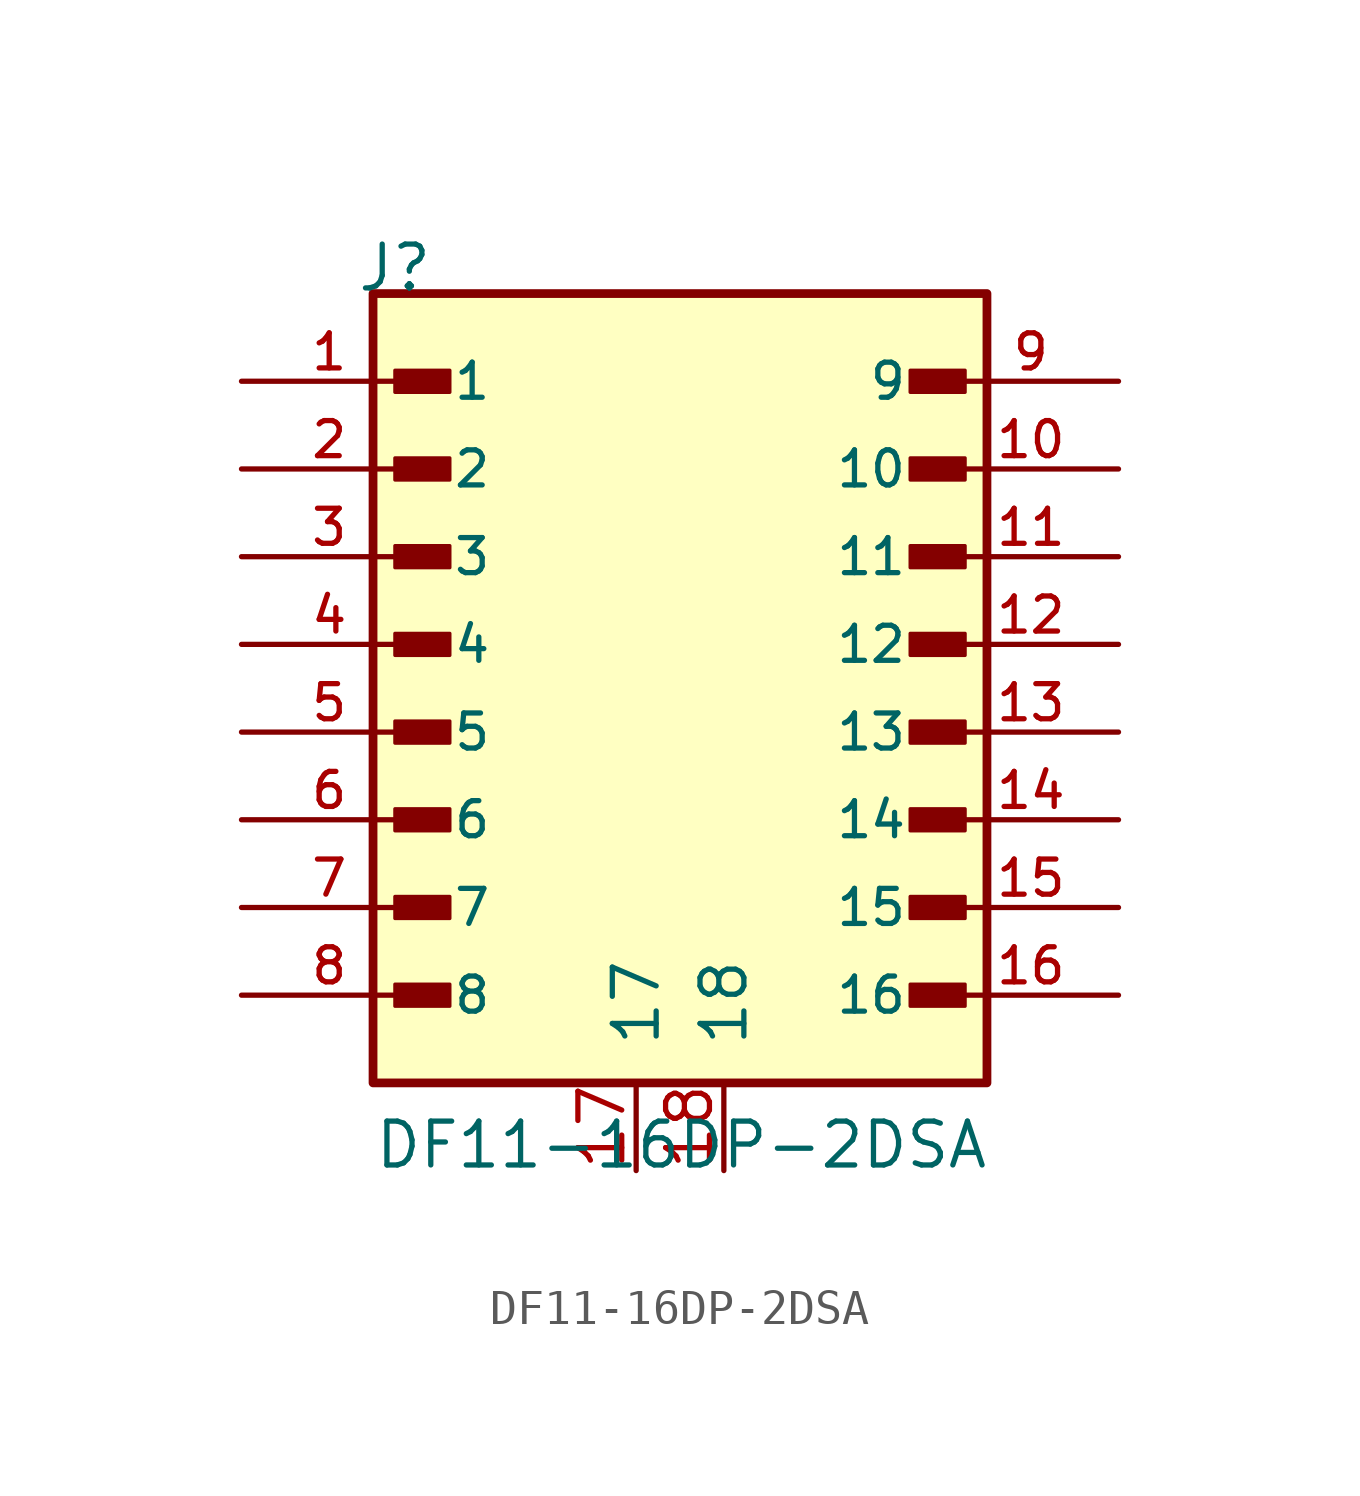
<source format=kicad_sym>
(kicad_symbol_lib
  (version 20241209)
  (generator "kicad_symbol_editor")
  (generator_version "9.0")
  (symbol "DF11-16DP-2DSA"
    (pin_names
      (offset 1.016))
    (property "Reference" "J"
      (at -9.39 12.7 0)
      (effects (font (size 1.27 1.27)) (justify left bottom)))
    (property "Value" "DF11-16DP-2DSA"
      (at -8.89 -12.7 0)
      (effects (font (size 1.27 1.27)) (justify left bottom)))
    (symbol "DF11-16DP-2DSA_0_0"
      (rectangle (start -8.89 12.7) (end 8.89 -10.16) (stroke (width 0.254) (type default)) (fill (type background)))
      (rectangle (start -8.255 9.842) (end -6.668 10.477) (stroke (width 0.1) (type default)) (fill (type outline)))
      (rectangle (start -8.255 7.303) (end -6.668 7.938) (stroke (width 0.1) (type default)) (fill (type outline)))
      (rectangle (start -8.255 4.763) (end -6.668 5.397) (stroke (width 0.1) (type default)) (fill (type outline)))
      (rectangle (start -8.255 2.223) (end -6.668 2.857) (stroke (width 0.1) (type default)) (fill (type outline)))
      (rectangle (start -8.255 -0.318) (end -6.668 0.318) (stroke (width 0.1) (type default)) (fill (type outline)))
      (rectangle (start -8.255 -2.857) (end -6.668 -2.223) (stroke (width 0.1) (type default)) (fill (type outline)))
      (rectangle (start -8.255 -5.397) (end -6.668 -4.763) (stroke (width 0.1) (type default)) (fill (type outline)))
      (rectangle (start -8.255 -7.938) (end -6.668 -7.303) (stroke (width 0.1) (type default)) (fill (type outline)))
      (rectangle (start 8.255 9.842) (end 6.668 10.477) (stroke (width 0.1) (type default)) (fill (type outline)))
      (rectangle (start 8.255 7.303) (end 6.668 7.938) (stroke (width 0.1) (type default)) (fill (type outline)))
      (rectangle (start 8.255 4.763) (end 6.668 5.397) (stroke (width 0.1) (type default)) (fill (type outline)))
      (rectangle (start 8.255 2.223) (end 6.668 2.857) (stroke (width 0.1) (type default)) (fill (type outline)))
      (rectangle (start 8.255 -0.318) (end 6.668 0.318) (stroke (width 0.1) (type default)) (fill (type outline)))
      (rectangle (start 8.255 -2.857) (end 6.668 -2.223) (stroke (width 0.1) (type default)) (fill (type outline)))
      (rectangle (start 8.255 -5.397) (end 6.668 -4.763) (stroke (width 0.1) (type default)) (fill (type outline)))
      (rectangle (start 8.255 -7.938) (end 6.668 -7.303) (stroke (width 0.1) (type default)) (fill (type outline)))
      (pin passive line (at -12.7 10.16 0) (length 5.08) (name "1" (effects (font (size 1.016 1.016)))) (number "1" (effects (font (size 1.016 1.016)))))
      (pin passive line (at -12.7 7.62 0) (length 5.08) (name "2" (effects (font (size 1.016 1.016)))) (number "2" (effects (font (size 1.016 1.016)))))
      (pin passive line (at -12.7 5.08 0) (length 5.08) (name "3" (effects (font (size 1.016 1.016)))) (number "3" (effects (font (size 1.016 1.016)))))
      (pin passive line (at -12.7 2.54 0) (length 5.08) (name "4" (effects (font (size 1.016 1.016)))) (number "4" (effects (font (size 1.016 1.016)))))
      (pin passive line (at -12.7 0 0) (length 5.08) (name "5" (effects (font (size 1.016 1.016)))) (number "5" (effects (font (size 1.016 1.016)))))
      (pin passive line (at -12.7 -2.54 0) (length 5.08) (name "6" (effects (font (size 1.016 1.016)))) (number "6" (effects (font (size 1.016 1.016)))))
      (pin passive line (at -12.7 -5.08 0) (length 5.08) (name "7" (effects (font (size 1.016 1.016)))) (number "7" (effects (font (size 1.016 1.016)))))
      (pin passive line (at -12.7 -7.62 0) (length 5.08) (name "8" (effects (font (size 1.016 1.016)))) (number "8" (effects (font (size 1.016 1.016)))))
      (pin passive line (at 12.7 10.16 180) (length 5.08) (name "9" (effects (font (size 1.016 1.016)))) (number "9" (effects (font (size 1.016 1.016)))))
      (pin passive line (at 12.7 7.62 180) (length 5.08) (name "10" (effects (font (size 1.016 1.016)))) (number "10" (effects (font (size 1.016 1.016)))))
      (pin passive line (at 12.7 5.08 180) (length 5.08) (name "11" (effects (font (size 1.016 1.016)))) (number "11" (effects (font (size 1.016 1.016)))))
      (pin passive line (at 12.7 2.54 180) (length 5.08) (name "12" (effects (font (size 1.016 1.016)))) (number "12" (effects (font (size 1.016 1.016)))))
      (pin passive line (at 12.7 0 180) (length 5.08) (name "13" (effects (font (size 1.016 1.016)))) (number "13" (effects (font (size 1.016 1.016)))))
      (pin passive line (at 12.7 -2.54 180) (length 5.08) (name "14" (effects (font (size 1.016 1.016)))) (number "14" (effects (font (size 1.016 1.016)))))
      (pin passive line (at 12.7 -5.08 180) (length 5.08) (name "15" (effects (font (size 1.016 1.016)))) (number "15" (effects (font (size 1.016 1.016)))))
      (pin passive line (at 12.7 -7.62 180) (length 5.08) (name "16" (effects (font (size 1.016 1.016)))) (number "16" (effects (font (size 1.016 1.016))))))
    (symbol "DF11-16DP-2DSA_1_1"
      (pin passive line (at -1.27 -12.7 90) (length 2.54) (name "17" (effects (font (size 1.27 1.27)))) (number "17" (effects (font (size 1.27 1.27)))))
      (pin passive line (at 1.27 -12.7 90) (length 2.54) (name "18" (effects (font (size 1.27 1.27)))) (number "18" (effects (font (size 1.27 1.27))))))))
</source>
